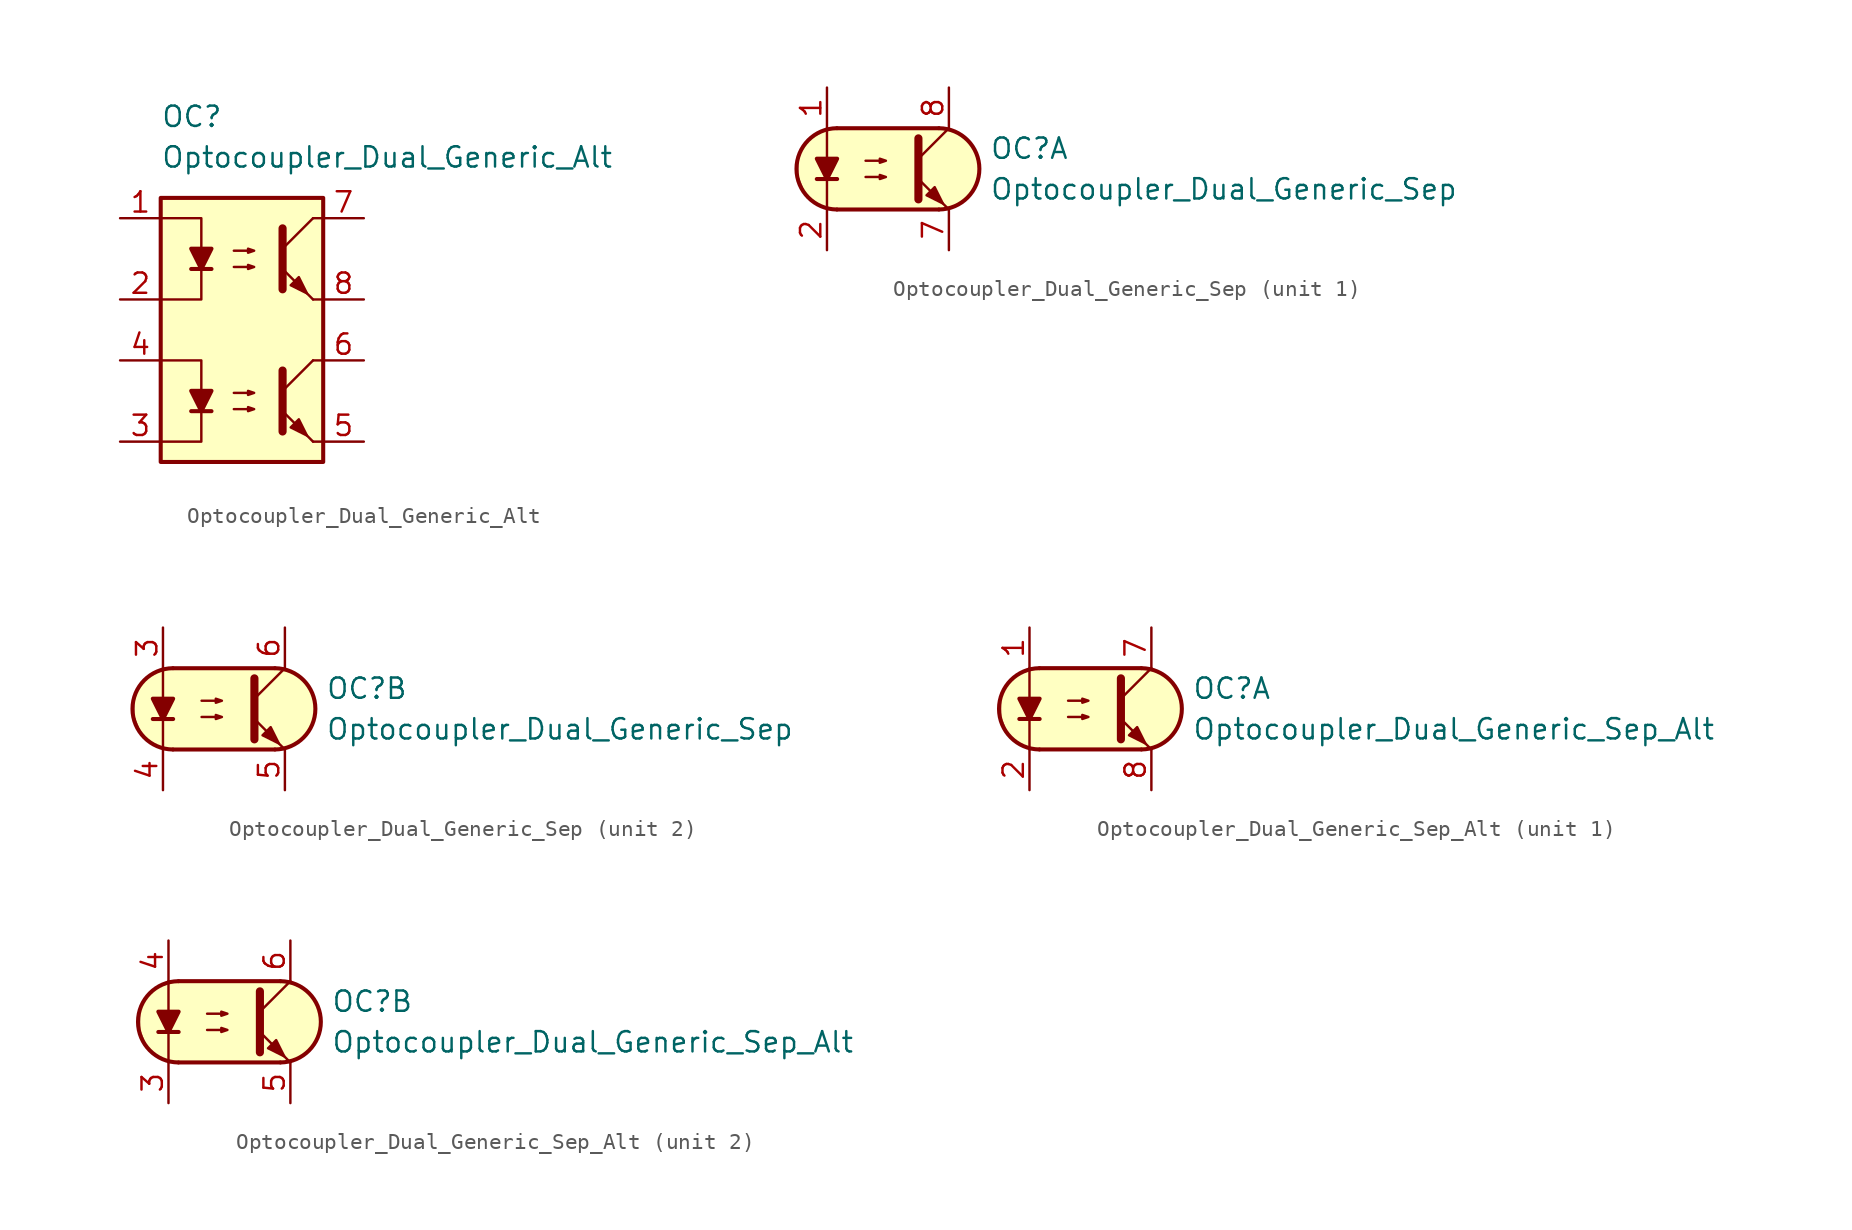
<source format=kicad_sym>
(kicad_symbol_lib
  (version 20211014)
  (generator kicad_symbol_editor)
  (symbol "Optocoupler_Dual_Generic_Alt"
    (pin_names
      (offset 1.016))
    (property "Reference" "OC"
      (at -5.08 8.89 0)
      (effects (font (size 1.27 1.27)) (justify left)))
    (property "Value" "Optocoupler_Dual_Generic_Alt"
      (at -5.08 6.35 0)
      (effects (font (size 1.27 1.27)) (justify left)))
    (symbol "Optocoupler_Dual_Generic_Alt_0_1"
      (rectangle (start -5.08 3.81) (end 5.08 -12.7) (stroke (width 0.254) (type default) (color 0 0 0 0)) (fill (type background)))
      (polyline (pts (xy -3.175 -0.635) (xy -1.905 -0.635)) (stroke (width 0.254) (type default) (color 0 0 0 0)) (fill (type none)))
      (polyline (pts (xy 2.54 0.635) (xy 4.445 2.54)) (stroke (width 0) (type default) (color 0 0 0 0)) (fill (type none)))
      (polyline (pts (xy 4.445 -2.54) (xy 2.54 -0.635)) (stroke (width 0) (type default) (color 0 0 0 0)) (fill (type outline)))
      (polyline (pts (xy 4.445 -2.54) (xy 5.08 -2.54)) (stroke (width 0) (type default) (color 0 0 0 0)) (fill (type none)))
      (polyline (pts (xy 4.445 2.54) (xy 5.08 2.54)) (stroke (width 0) (type default) (color 0 0 0 0)) (fill (type none)))
      (polyline (pts (xy -5.08 2.54) (xy -2.54 2.54) (xy -2.54 -0.635)) (stroke (width 0) (type default) (color 0 0 0 0)) (fill (type none)))
      (polyline (pts (xy -2.54 -0.635) (xy -2.54 -2.54) (xy -5.08 -2.54)) (stroke (width 0) (type default) (color 0 0 0 0)) (fill (type none)))
      (polyline (pts (xy 2.54 1.905) (xy 2.54 -1.905) (xy 2.54 -1.905)) (stroke (width 0.508) (type default) (color 0 0 0 0)) (fill (type none)))
      (polyline (pts (xy -2.54 -0.635) (xy -3.175 0.635) (xy -1.905 0.635) (xy -2.54 -0.635)) (stroke (width 0.254) (type default) (color 0 0 0 0)) (fill (type outline)))
      (polyline (pts (xy -0.508 -0.508) (xy 0.762 -0.508) (xy 0.381 -0.635) (xy 0.381 -0.381) (xy 0.762 -0.508)) (stroke (width 0) (type default) (color 0 0 0 0)) (fill (type none)))
      (polyline (pts (xy -0.508 0.508) (xy 0.762 0.508) (xy 0.381 0.381) (xy 0.381 0.635) (xy 0.762 0.508)) (stroke (width 0) (type default) (color 0 0 0 0)) (fill (type none)))
      (polyline (pts (xy 3.048 -1.651) (xy 3.556 -1.143) (xy 4.064 -2.159) (xy 3.048 -1.651) (xy 3.048 -1.651)) (stroke (width 0) (type default) (color 0 0 0 0)) (fill (type outline))))
    (symbol "Optocoupler_Dual_Generic_Alt_1_1"
      (polyline (pts (xy -3.175 -9.525) (xy -1.905 -9.525)) (stroke (width 0.254) (type default) (color 0 0 0 0)) (fill (type none)))
      (polyline (pts (xy 2.54 -8.255) (xy 4.445 -6.35)) (stroke (width 0) (type default) (color 0 0 0 0)) (fill (type none)))
      (polyline (pts (xy 4.445 -11.43) (xy 2.54 -9.525)) (stroke (width 0) (type default) (color 0 0 0 0)) (fill (type outline)))
      (polyline (pts (xy 4.445 -11.43) (xy 5.08 -11.43)) (stroke (width 0) (type default) (color 0 0 0 0)) (fill (type none)))
      (polyline (pts (xy 4.445 -6.35) (xy 5.08 -6.35)) (stroke (width 0) (type default) (color 0 0 0 0)) (fill (type none)))
      (polyline (pts (xy -5.08 -6.35) (xy -2.54 -6.35) (xy -2.54 -9.525)) (stroke (width 0) (type default) (color 0 0 0 0)) (fill (type none)))
      (polyline (pts (xy -2.54 -9.525) (xy -2.54 -11.43) (xy -5.08 -11.43)) (stroke (width 0) (type default) (color 0 0 0 0)) (fill (type none)))
      (polyline (pts (xy 2.54 -6.985) (xy 2.54 -10.795) (xy 2.54 -10.795)) (stroke (width 0.508) (type default) (color 0 0 0 0)) (fill (type none)))
      (polyline (pts (xy -2.54 -9.525) (xy -3.175 -8.255) (xy -1.905 -8.255) (xy -2.54 -9.525)) (stroke (width 0.254) (type default) (color 0 0 0 0)) (fill (type outline)))
      (polyline (pts (xy -0.508 -9.398) (xy 0.762 -9.398) (xy 0.381 -9.525) (xy 0.381 -9.271) (xy 0.762 -9.398)) (stroke (width 0) (type default) (color 0 0 0 0)) (fill (type none)))
      (polyline (pts (xy -0.508 -8.382) (xy 0.762 -8.382) (xy 0.381 -8.509) (xy 0.381 -8.255) (xy 0.762 -8.382)) (stroke (width 0) (type default) (color 0 0 0 0)) (fill (type none)))
      (polyline (pts (xy 3.048 -10.541) (xy 3.556 -10.033) (xy 4.064 -11.049) (xy 3.048 -10.541) (xy 3.048 -10.541)) (stroke (width 0) (type default) (color 0 0 0 0)) (fill (type outline)))
      (pin passive line (at -7.62 2.54 0) (length 2.54) (name "~" (effects (font (size 1.27 1.27)))) (number "1" (effects (font (size 1.27 1.27)))))
      (pin passive line (at -7.62 -2.54 0) (length 2.54) (name "~" (effects (font (size 1.27 1.27)))) (number "2" (effects (font (size 1.27 1.27)))))
      (pin passive line (at -7.62 -11.43 0) (length 2.54) (name "~" (effects (font (size 1.27 1.27)))) (number "3" (effects (font (size 1.27 1.27)))))
      (pin passive line (at -7.62 -6.35 0) (length 2.54) (name "~" (effects (font (size 1.27 1.27)))) (number "4" (effects (font (size 1.27 1.27)))))
      (pin passive line (at 7.62 -11.43 180) (length 2.54) (name "~" (effects (font (size 1.27 1.27)))) (number "5" (effects (font (size 1.27 1.27)))))
      (pin passive line (at 7.62 -6.35 180) (length 2.54) (name "~" (effects (font (size 1.27 1.27)))) (number "6" (effects (font (size 1.27 1.27)))))
      (pin passive line (at 7.62 2.54 180) (length 2.54) (name "~" (effects (font (size 1.27 1.27)))) (number "7" (effects (font (size 1.27 1.27)))))
      (pin passive line (at 7.62 -2.54 180) (length 2.54) (name "~" (effects (font (size 1.27 1.27)))) (number "8" (effects (font (size 1.27 1.27)))))))
  (symbol "Optocoupler_Dual_Generic_Sep"
    (pin_names
      (offset 1.016))
    (property "Reference" "OC"
      (at 6.35 1.27 0)
      (effects (font (size 1.27 1.27)) (justify left)))
    (property "Value" "Optocoupler_Dual_Generic_Sep"
      (at 6.35 -1.27 0)
      (effects (font (size 1.27 1.27)) (justify left)))
    (property "ki_locked" ""
      (at 0 0 0)
      (effects (font (size 1.27 1.27))))
    (symbol "Optocoupler_Dual_Generic_Sep_0_1"
      (arc (start -3.1975 2.54) (mid -5.7151 0) (end -3.1975 -2.54) (stroke (width 0.254) (type default) (color 0 0 0 0)) (fill (type none)))
      (polyline (pts (xy -4.445 -0.635) (xy -3.175 -0.635)) (stroke (width 0.254) (type default) (color 0 0 0 0)) (fill (type none)))
      (polyline (pts (xy -3.175 2.54) (xy 3.175 2.54)) (stroke (width 0.254) (type default) (color 0 0 0 0)) (fill (type none)))
      (polyline (pts (xy 1.905 0.635) (xy 3.81 2.54)) (stroke (width 0) (type default) (color 0 0 0 0)) (fill (type none)))
      (polyline (pts (xy 3.175 -2.54) (xy -3.175 -2.54)) (stroke (width 0.254) (type default) (color 0 0 0 0)) (fill (type none)))
      (polyline (pts (xy 3.81 -2.54) (xy 1.905 -0.635)) (stroke (width 0) (type default) (color 0 0 0 0)) (fill (type outline)))
      (polyline (pts (xy -3.81 -2.54) (xy -3.81 -1.27) (xy -3.81 2.54)) (stroke (width 0.152) (type default) (color 0 0 0 0)) (fill (type none)))
      (polyline (pts (xy 1.905 1.905) (xy 1.905 -1.905) (xy 1.905 -1.905)) (stroke (width 0.508) (type default) (color 0 0 0 0)) (fill (type none)))
      (polyline (pts (xy -3.81 -0.635) (xy -4.445 0.635) (xy -3.175 0.635) (xy -3.81 -0.635)) (stroke (width 0.254) (type default) (color 0 0 0 0)) (fill (type outline)))
      (polyline (pts (xy -1.397 -0.508) (xy -0.127 -0.508) (xy -0.508 -0.635) (xy -0.508 -0.381) (xy -0.127 -0.508)) (stroke (width 0) (type default) (color 0 0 0 0)) (fill (type none)))
      (polyline (pts (xy -1.397 0.508) (xy -0.127 0.508) (xy -0.508 0.381) (xy -0.508 0.635) (xy -0.127 0.508)) (stroke (width 0) (type default) (color 0 0 0 0)) (fill (type none)))
      (polyline (pts (xy 2.413 -1.651) (xy 2.921 -1.143) (xy 3.429 -2.159) (xy 2.413 -1.651) (xy 2.413 -1.651)) (stroke (width 0) (type default) (color 0 0 0 0)) (fill (type outline)))
      (polyline (pts (xy -2.54 2.54) (xy 3.429 2.54) (xy 4.318 2.286) (xy 4.699 2.032) (xy 5.08 1.651) (xy 5.461 1.016) (xy 5.715 0.381) (xy 5.715 -0.381) (xy 5.461 -1.143) (xy 4.826 -1.905) (xy 4.191 -2.286) (xy 3.302 -2.54) (xy -3.81 -2.54) (xy -3.81 -2.54) (xy -4.572 -2.032) (xy -5.08 -1.778) (xy -5.588 -0.508) (xy -5.588 0.254) (xy -5.588 1.016) (xy -5.08 1.778) (xy -4.318 2.286) (xy -3.556 2.54) (xy -2.54 2.54)) (stroke (width 0.01) (type default) (color 0 0 0 0)) (fill (type background)))
      (arc (start 3.1975 -2.54) (mid 5.7151 0) (end 3.1975 2.54) (stroke (width 0.254) (type default) (color 0 0 0 0)) (fill (type none))))
    (symbol "Optocoupler_Dual_Generic_Sep_1_1"
      (pin passive line (at -3.81 5.08 270) (length 2.54) (name "~" (effects (font (size 1.27 1.27)))) (number "1" (effects (font (size 1.27 1.27)))))
      (pin passive line (at -3.81 -5.08 90) (length 2.54) (name "~" (effects (font (size 1.27 1.27)))) (number "2" (effects (font (size 1.27 1.27)))))
      (pin passive line (at 3.81 -5.08 90) (length 2.54) (name "~" (effects (font (size 1.27 1.27)))) (number "7" (effects (font (size 1.27 1.27)))))
      (pin passive line (at 3.81 5.08 270) (length 2.54) (name "~" (effects (font (size 1.27 1.27)))) (number "8" (effects (font (size 1.27 1.27))))))
    (symbol "Optocoupler_Dual_Generic_Sep_2_1"
      (pin passive line (at -3.81 5.08 270) (length 2.54) (name "~" (effects (font (size 1.27 1.27)))) (number "3" (effects (font (size 1.27 1.27)))))
      (pin passive line (at -3.81 -5.08 90) (length 2.54) (name "~" (effects (font (size 1.27 1.27)))) (number "4" (effects (font (size 1.27 1.27)))))
      (pin passive line (at 3.81 -5.08 90) (length 2.54) (name "~" (effects (font (size 1.27 1.27)))) (number "5" (effects (font (size 1.27 1.27)))))
      (pin passive line (at 3.81 5.08 270) (length 2.54) (name "~" (effects (font (size 1.27 1.27)))) (number "6" (effects (font (size 1.27 1.27)))))))
  (symbol "Optocoupler_Dual_Generic_Sep_Alt"
    (pin_names
      (offset 1.016))
    (property "Reference" "OC"
      (at 6.35 1.27 0)
      (effects (font (size 1.27 1.27)) (justify left)))
    (property "Value" "Optocoupler_Dual_Generic_Sep_Alt"
      (at 6.35 -1.27 0)
      (effects (font (size 1.27 1.27)) (justify left)))
    (property "ki_locked" ""
      (at 0 0 0)
      (effects (font (size 1.27 1.27))))
    (symbol "Optocoupler_Dual_Generic_Sep_Alt_0_1"
      (arc (start -3.1975 2.54) (mid -5.7151 0) (end -3.1975 -2.54) (stroke (width 0.254) (type default) (color 0 0 0 0)) (fill (type none)))
      (polyline (pts (xy -4.445 -0.635) (xy -3.175 -0.635)) (stroke (width 0.254) (type default) (color 0 0 0 0)) (fill (type none)))
      (polyline (pts (xy -3.175 2.54) (xy 3.175 2.54)) (stroke (width 0.254) (type default) (color 0 0 0 0)) (fill (type none)))
      (polyline (pts (xy 1.905 0.635) (xy 3.81 2.54)) (stroke (width 0) (type default) (color 0 0 0 0)) (fill (type none)))
      (polyline (pts (xy 3.175 -2.54) (xy -3.175 -2.54)) (stroke (width 0.254) (type default) (color 0 0 0 0)) (fill (type none)))
      (polyline (pts (xy 3.81 -2.54) (xy 1.905 -0.635)) (stroke (width 0) (type default) (color 0 0 0 0)) (fill (type outline)))
      (polyline (pts (xy -3.81 -2.54) (xy -3.81 -1.27) (xy -3.81 2.54)) (stroke (width 0.152) (type default) (color 0 0 0 0)) (fill (type none)))
      (polyline (pts (xy 1.905 1.905) (xy 1.905 -1.905) (xy 1.905 -1.905)) (stroke (width 0.508) (type default) (color 0 0 0 0)) (fill (type none)))
      (polyline (pts (xy -3.81 -0.635) (xy -4.445 0.635) (xy -3.175 0.635) (xy -3.81 -0.635)) (stroke (width 0.254) (type default) (color 0 0 0 0)) (fill (type outline)))
      (polyline (pts (xy -1.397 -0.508) (xy -0.127 -0.508) (xy -0.508 -0.635) (xy -0.508 -0.381) (xy -0.127 -0.508)) (stroke (width 0) (type default) (color 0 0 0 0)) (fill (type none)))
      (polyline (pts (xy -1.397 0.508) (xy -0.127 0.508) (xy -0.508 0.381) (xy -0.508 0.635) (xy -0.127 0.508)) (stroke (width 0) (type default) (color 0 0 0 0)) (fill (type none)))
      (polyline (pts (xy 2.413 -1.651) (xy 2.921 -1.143) (xy 3.429 -2.159) (xy 2.413 -1.651) (xy 2.413 -1.651)) (stroke (width 0) (type default) (color 0 0 0 0)) (fill (type outline)))
      (polyline (pts (xy -2.54 2.54) (xy 3.429 2.54) (xy 4.318 2.286) (xy 4.699 2.032) (xy 5.08 1.651) (xy 5.461 1.016) (xy 5.715 0.381) (xy 5.715 -0.381) (xy 5.461 -1.143) (xy 4.826 -1.905) (xy 4.191 -2.286) (xy 3.302 -2.54) (xy -3.81 -2.54) (xy -3.81 -2.54) (xy -4.572 -2.032) (xy -5.08 -1.778) (xy -5.588 -0.508) (xy -5.588 0.254) (xy -5.588 1.016) (xy -5.08 1.778) (xy -4.318 2.286) (xy -3.556 2.54) (xy -2.54 2.54)) (stroke (width 0.01) (type default) (color 0 0 0 0)) (fill (type background)))
      (arc (start 3.1975 -2.54) (mid 5.7151 0) (end 3.1975 2.54) (stroke (width 0.254) (type default) (color 0 0 0 0)) (fill (type none))))
    (symbol "Optocoupler_Dual_Generic_Sep_Alt_1_1"
      (pin passive line (at -3.81 5.08 270) (length 2.54) (name "~" (effects (font (size 1.27 1.27)))) (number "1" (effects (font (size 1.27 1.27)))))
      (pin passive line (at -3.81 -5.08 90) (length 2.54) (name "~" (effects (font (size 1.27 1.27)))) (number "2" (effects (font (size 1.27 1.27)))))
      (pin passive line (at 3.81 5.08 270) (length 2.54) (name "~" (effects (font (size 1.27 1.27)))) (number "7" (effects (font (size 1.27 1.27)))))
      (pin passive line (at 3.81 -5.08 90) (length 2.54) (name "~" (effects (font (size 1.27 1.27)))) (number "8" (effects (font (size 1.27 1.27))))))
    (symbol "Optocoupler_Dual_Generic_Sep_Alt_2_1"
      (pin passive line (at -3.81 -5.08 90) (length 2.54) (name "~" (effects (font (size 1.27 1.27)))) (number "3" (effects (font (size 1.27 1.27)))))
      (pin passive line (at -3.81 5.08 270) (length 2.54) (name "~" (effects (font (size 1.27 1.27)))) (number "4" (effects (font (size 1.27 1.27)))))
      (pin passive line (at 3.81 -5.08 90) (length 2.54) (name "~" (effects (font (size 1.27 1.27)))) (number "5" (effects (font (size 1.27 1.27)))))
      (pin passive line (at 3.81 5.08 270) (length 2.54) (name "~" (effects (font (size 1.27 1.27)))) (number "6" (effects (font (size 1.27 1.27))))))))
</source>
